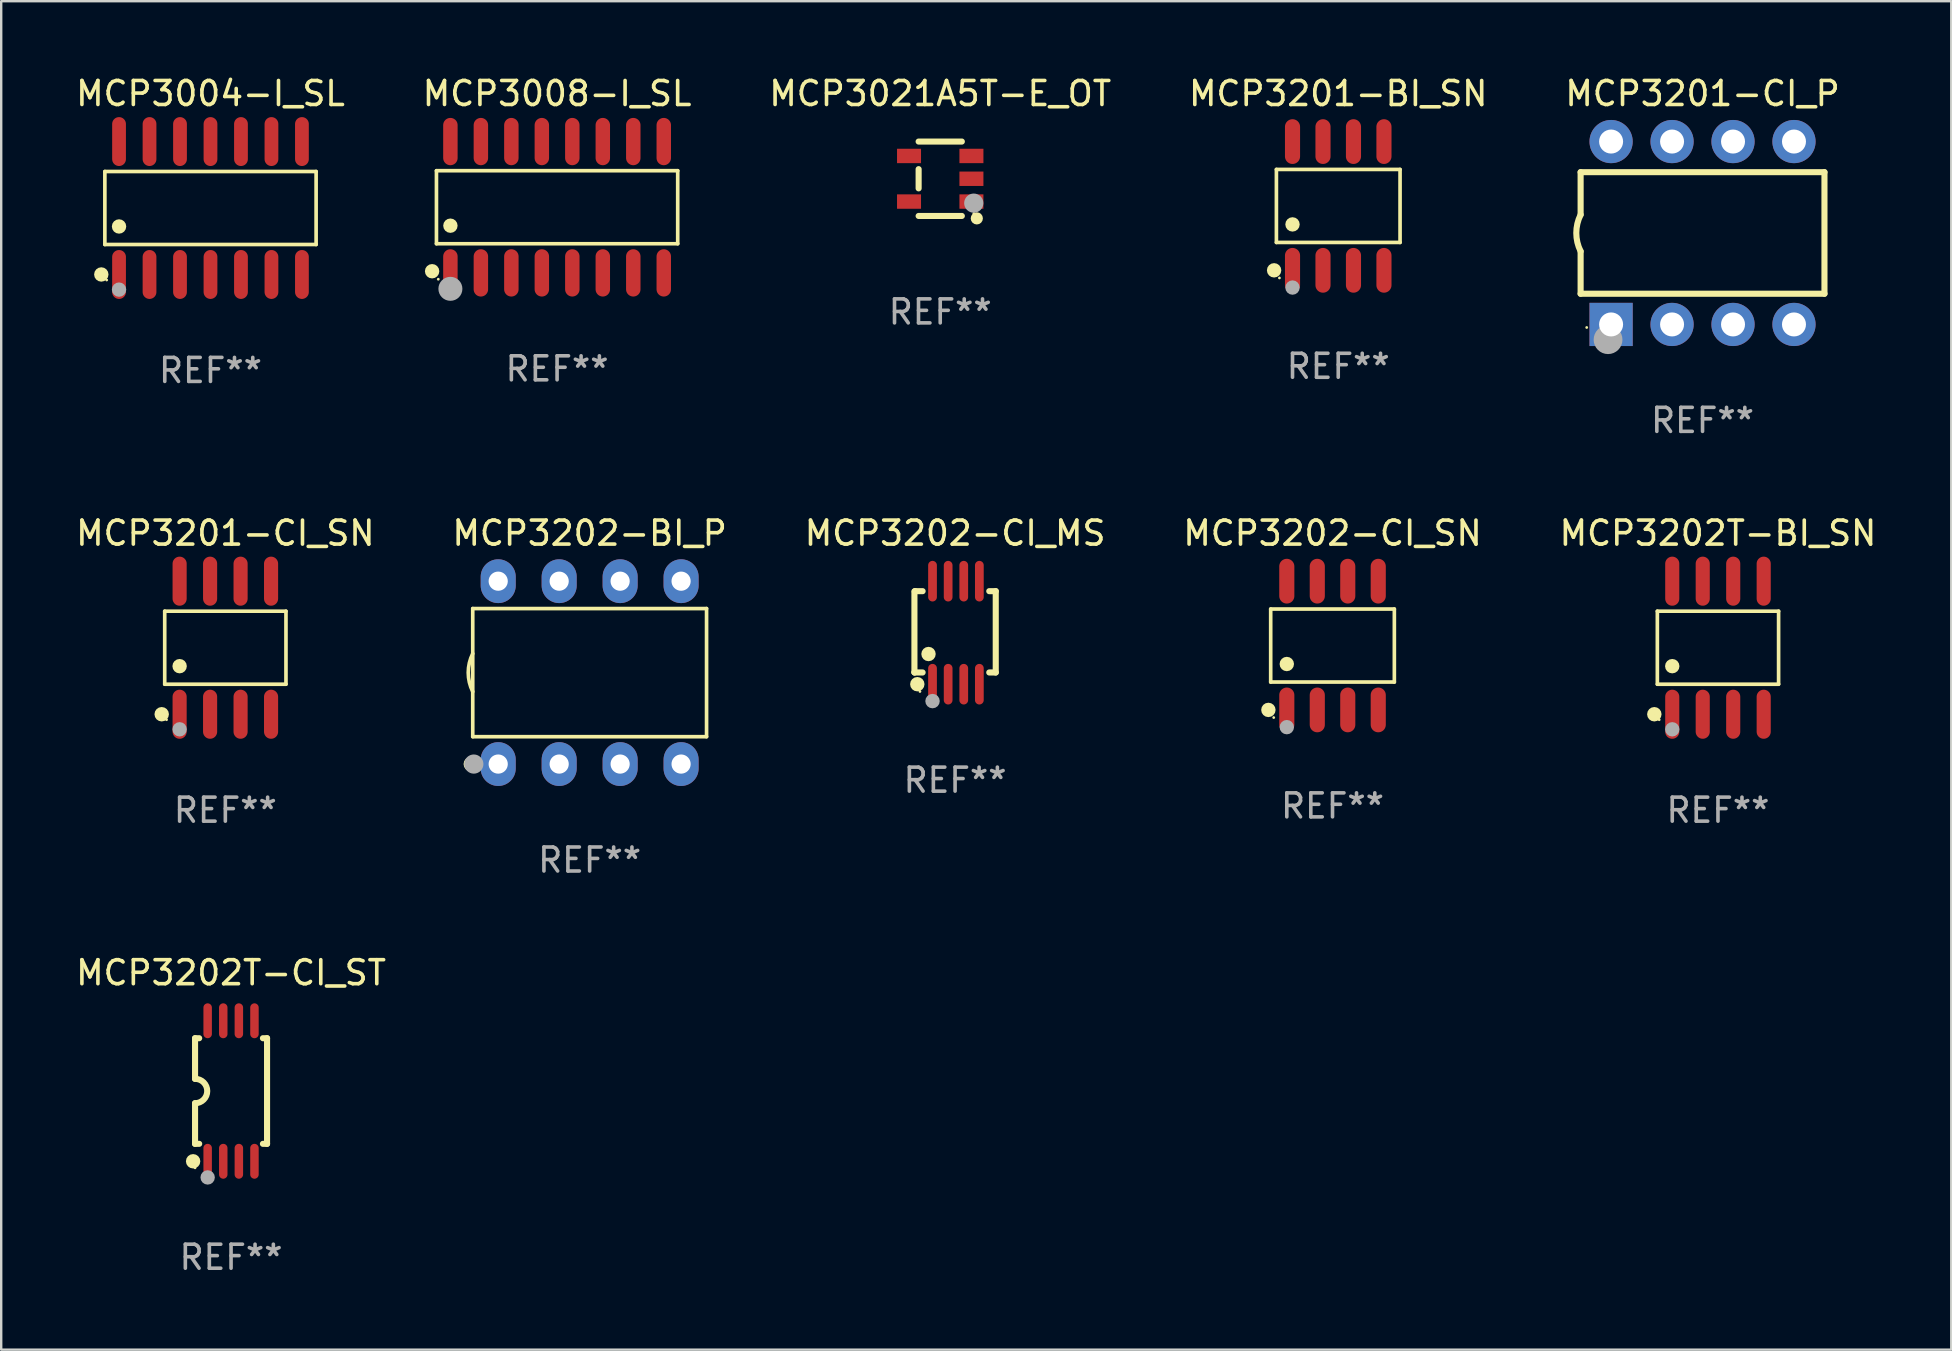
<source format=kicad_pcb>
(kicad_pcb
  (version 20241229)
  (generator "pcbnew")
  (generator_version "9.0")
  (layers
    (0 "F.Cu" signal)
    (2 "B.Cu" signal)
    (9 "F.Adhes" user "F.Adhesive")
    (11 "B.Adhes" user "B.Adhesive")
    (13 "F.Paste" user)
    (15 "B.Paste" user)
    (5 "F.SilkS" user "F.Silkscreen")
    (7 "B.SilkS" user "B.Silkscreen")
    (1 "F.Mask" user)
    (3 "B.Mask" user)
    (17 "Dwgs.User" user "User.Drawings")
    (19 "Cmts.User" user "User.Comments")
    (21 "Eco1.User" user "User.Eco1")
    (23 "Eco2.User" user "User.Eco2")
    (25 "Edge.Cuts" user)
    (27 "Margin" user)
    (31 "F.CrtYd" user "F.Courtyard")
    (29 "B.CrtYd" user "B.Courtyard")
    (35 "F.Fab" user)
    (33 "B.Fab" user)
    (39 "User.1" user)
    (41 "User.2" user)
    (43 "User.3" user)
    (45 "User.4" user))
  (footprint "MCP3008-I_SL"
    (layer "F.Cu")
    (at 20.161 5.584)
    (property "Reference" "MCP3008-I_SL" (at 0 -4.736 0) (layer "F.SilkS") (effects (font (size 1 1) (thickness 0.15))))
    (attr through_hole)
    (fp_line (start -5.026 -1.521) (end 5.026 -1.521) (stroke (width 0.152) (type solid)) (layer "F.SilkS"))
    (fp_line (start -5.026 1.521) (end -5.026 -1.521) (stroke (width 0.152) (type solid)) (layer "F.SilkS"))
    (fp_line (start 5.026 -1.521) (end 5.026 1.521) (stroke (width 0.152) (type solid)) (layer "F.SilkS"))
    (fp_line (start 5.026 1.521) (end -5.026 1.521) (stroke (width 0.152) (type solid)) (layer "F.SilkS"))
    (fp_circle (center -5.207 2.667) (end -5.057 2.667) (stroke (width 0.3) (type solid)) (fill no) (layer "F.SilkS"))
    (fp_circle (center -4.95 3) (end -4.92 3) (stroke (width 0.06) (type solid)) (fill no) (layer "F.SilkS"))
    (fp_circle (center -4.445 0.769) (end -4.295 0.769) (stroke (width 0.3) (type solid)) (fill no) (layer "F.SilkS"))
    (fp_circle (center -4.445 3.4) (end -4.195 3.4) (stroke (width 0.5) (type solid)) (fill no) (layer "F.Fab"))
    (fp_text user "REF**" (at 0 6.736 0) (layer "F.Fab") (effects (font (size 1 1) (thickness 0.15))))
    (pad "1" smd oval (at -4.445 2.736) (size 0.602 1.971) (layers "F.Cu" "F.Mask" "F.Paste"))
    (pad "2" smd oval (at -3.175 2.736) (size 0.602 1.971) (layers "F.Cu" "F.Mask" "F.Paste"))
    (pad "3" smd oval (at -1.905 2.736) (size 0.602 1.971) (layers "F.Cu" "F.Mask" "F.Paste"))
    (pad "4" smd oval (at -0.635 2.736) (size 0.602 1.971) (layers "F.Cu" "F.Mask" "F.Paste"))
    (pad "5" smd oval (at 0.635 2.736) (size 0.602 1.971) (layers "F.Cu" "F.Mask" "F.Paste"))
    (pad "6" smd oval (at 1.905 2.736) (size 0.602 1.971) (layers "F.Cu" "F.Mask" "F.Paste"))
    (pad "7" smd oval (at 3.175 2.736) (size 0.602 1.971) (layers "F.Cu" "F.Mask" "F.Paste"))
    (pad "8" smd oval (at 4.445 2.736) (size 0.602 1.971) (layers "F.Cu" "F.Mask" "F.Paste"))
    (pad "9" smd oval (at 4.445 -2.736) (size 0.602 1.971) (layers "F.Cu" "F.Mask" "F.Paste"))
    (pad "10" smd oval (at 3.175 -2.736) (size 0.602 1.971) (layers "F.Cu" "F.Mask" "F.Paste"))
    (pad "11" smd oval (at 1.905 -2.736) (size 0.602 1.971) (layers "F.Cu" "F.Mask" "F.Paste"))
    (pad "12" smd oval (at 0.635 -2.736) (size 0.602 1.971) (layers "F.Cu" "F.Mask" "F.Paste"))
    (pad "13" smd oval (at -0.635 -2.736) (size 0.602 1.971) (layers "F.Cu" "F.Mask" "F.Paste"))
    (pad "14" smd oval (at -1.905 -2.736) (size 0.602 1.971) (layers "F.Cu" "F.Mask" "F.Paste"))
    (pad "15" smd oval (at -3.175 -2.736) (size 0.602 1.971) (layers "F.Cu" "F.Mask" "F.Paste"))
    (pad "16" smd oval (at -4.445 -2.736) (size 0.602 1.971) (layers "F.Cu" "F.Mask" "F.Paste")))
  (footprint "MCP3201-CI_P"
    (layer "F.Cu")
    (at 67.887 6.658)
    (property "Reference" "MCP3201-CI_P" (at 0 -5.81 0) (layer "F.SilkS") (effects (font (size 1 1) (thickness 0.15))))
    (attr through_hole)
    (fp_line (start -5.08 -2.534) (end 5.08 -2.534) (stroke (width 0.254) (type solid)) (layer "F.SilkS"))
    (fp_line (start -5.08 -0.762) (end -5.08 -2.534) (stroke (width 0.254) (type solid)) (layer "F.SilkS"))
    (fp_line (start -5.08 2.531) (end -5.08 0.762) (stroke (width 0.254) (type solid)) (layer "F.SilkS"))
    (fp_line (start -5.08 2.531) (end 5.08 2.531) (stroke (width 0.254) (type solid)) (layer "F.SilkS"))
    (fp_line (start 5.08 2.531) (end 5.08 -2.534) (stroke (width 0.254) (type solid)) (layer "F.SilkS"))
    (fp_arc (start -5.08001 0.762001) (mid -5.259894 0) (end -5.08001 -0.762002) (stroke (width 0.254001) (type solid)) (layer "F.SilkS"))
    (fp_circle (center -4.826 3.937) (end -4.796 3.937) (stroke (width 0.06) (type solid)) (fill no) (layer "F.SilkS"))
    (fp_circle (center -3.937 4.445) (end -3.637 4.445) (stroke (width 0.6) (type solid)) (fill no) (layer "F.Fab"))
    (fp_text user "REF**" (at 0 7.81 0) (layer "F.Fab") (effects (font (size 1 1) (thickness 0.15))))
    (pad "1" thru_hole rect (at -3.81 3.81) (size 1.8 1.8) (drill 1) (layers "*.Cu" "*.Mask"))
    (pad "2" thru_hole circle (at -1.27 3.81) (size 1.8 1.8) (drill 1) (layers "*.Cu" "*.Mask"))
    (pad "3" thru_hole circle (at 1.27 3.81) (size 1.8 1.8) (drill 1) (layers "*.Cu" "*.Mask"))
    (pad "4" thru_hole circle (at 3.81 3.81) (size 1.8 1.8) (drill 1) (layers "*.Cu" "*.Mask"))
    (pad "5" thru_hole circle (at 3.81 -3.81) (size 1.8 1.8) (drill 1) (layers "*.Cu" "*.Mask"))
    (pad "6" thru_hole circle (at 1.27 -3.81) (size 1.8 1.8) (drill 1) (layers "*.Cu" "*.Mask"))
    (pad "7" thru_hole circle (at -1.27 -3.81) (size 1.8 1.8) (drill 1) (layers "*.Cu" "*.Mask"))
    (pad "8" thru_hole circle (at -3.81 -3.81) (size 1.8 1.8) (drill 1) (layers "*.Cu" "*.Mask")))
  (footprint "MCP3202-CI_MS"
    (layer "F.Cu")
    (at 36.744 23.311)
    (property "Reference" "MCP3202-CI_MS" (at 0 -4.146 0) (layer "F.SilkS") (effects (font (size 1 1) (thickness 0.15))))
    (attr through_hole)
    (fp_line (start -1.694 -1.724) (end -1.694 1.652) (stroke (width 0.254) (type solid)) (layer "F.SilkS"))
    (fp_line (start -1.694 1.652) (end -1.688 1.658) (stroke (width 0.254) (type solid)) (layer "F.SilkS"))
    (fp_line (start -1.688 1.658) (end -1.353 1.658) (stroke (width 0.254) (type solid)) (layer "F.SilkS"))
    (fp_line (start -1.661 -1.73) (end -1.681 -1.71) (stroke (width 0.254) (type solid)) (layer "F.SilkS"))
    (fp_line (start -1.353 -1.73) (end -1.661 -1.73) (stroke (width 0.254) (type solid)) (layer "F.SilkS"))
    (fp_line (start 1.424 1.658) (end 1.694 1.658) (stroke (width 0.254) (type solid)) (layer "F.SilkS"))
    (fp_line (start 1.694 -1.73) (end 1.424 -1.73) (stroke (width 0.254) (type solid)) (layer "F.SilkS"))
    (fp_line (start 1.694 1.658) (end 1.694 -1.73) (stroke (width 0.254) (type solid)) (layer "F.SilkS"))
    (fp_circle (center -1.574 2.146) (end -1.424 2.146) (stroke (width 0.3) (type solid)) (fill no) (layer "F.SilkS"))
    (fp_circle (center -1.464 2.45) (end -1.434 2.45) (stroke (width 0.06) (type solid)) (fill no) (layer "F.SilkS"))
    (fp_circle (center -1.107 0.889) (end -0.957 0.889) (stroke (width 0.3) (type solid)) (fill no) (layer "F.SilkS"))
    (fp_circle (center -0.94 2.85) (end -0.789 2.85) (stroke (width 0.3) (type solid)) (fill no) (layer "F.Fab"))
    (fp_text user "REF**" (at 0 6.146 0) (layer "F.Fab") (effects (font (size 1 1) (thickness 0.15))))
    (pad "1" smd oval (at -0.94 2.146) (size 0.364 1.692) (layers "F.Cu" "F.Mask" "F.Paste"))
    (pad "2" smd oval (at -0.289 2.146) (size 0.364 1.692) (layers "F.Cu" "F.Mask" "F.Paste"))
    (pad "3" smd oval (at 0.361 2.146) (size 0.364 1.692) (layers "F.Cu" "F.Mask" "F.Paste"))
    (pad "4" smd oval (at 1.011 2.146) (size 0.364 1.692) (layers "F.Cu" "F.Mask" "F.Paste"))
    (pad "5" smd oval (at 1.011 -2.146) (size 0.364 1.692) (layers "F.Cu" "F.Mask" "F.Paste"))
    (pad "6" smd oval (at 0.361 -2.146) (size 0.364 1.692) (layers "F.Cu" "F.Mask" "F.Paste"))
    (pad "7" smd oval (at -0.289 -2.146) (size 0.364 1.692) (layers "F.Cu" "F.Mask" "F.Paste"))
    (pad "8" smd oval (at -0.94 -2.146) (size 0.364 1.692) (layers "F.Cu" "F.Mask" "F.Paste")))
  (footprint "MCP3202-CI_SN"
    (layer "F.Cu")
    (at 52.47 23.847)
    (property "Reference" "MCP3202-CI_SN" (at 0 -4.682 0) (layer "F.SilkS") (effects (font (size 1 1) (thickness 0.15))))
    (attr through_hole)
    (fp_line (start -2.576 -1.521) (end 2.576 -1.521) (stroke (width 0.152) (type solid)) (layer "F.SilkS"))
    (fp_line (start -2.576 1.521) (end -2.576 -1.521) (stroke (width 0.152) (type solid)) (layer "F.SilkS"))
    (fp_line (start 2.576 -1.521) (end 2.576 1.521) (stroke (width 0.152) (type solid)) (layer "F.SilkS"))
    (fp_line (start 2.576 1.521) (end -2.576 1.521) (stroke (width 0.152) (type solid)) (layer "F.SilkS"))
    (fp_circle (center -2.672 2.682) (end -2.522 2.682) (stroke (width 0.3) (type solid)) (fill no) (layer "F.SilkS"))
    (fp_circle (center -2.45 3) (end -2.42 3) (stroke (width 0.06) (type solid)) (fill no) (layer "F.SilkS"))
    (fp_circle (center -1.905 0.769) (end -1.755 0.769) (stroke (width 0.3) (type solid)) (fill no) (layer "F.SilkS"))
    (fp_circle (center -1.905 3.4) (end -1.755 3.4) (stroke (width 0.3) (type solid)) (fill no) (layer "F.Fab"))
    (fp_text user "REF**" (at 0 6.682 0) (layer "F.Fab") (effects (font (size 1 1) (thickness 0.15))))
    (pad "1" smd oval (at -1.905 2.682) (size 0.63 1.865) (layers "F.Cu" "F.Mask" "F.Paste"))
    (pad "2" smd oval (at -0.635 2.682) (size 0.63 1.865) (layers "F.Cu" "F.Mask" "F.Paste"))
    (pad "3" smd oval (at 0.635 2.682) (size 0.63 1.865) (layers "F.Cu" "F.Mask" "F.Paste"))
    (pad "4" smd oval (at 1.905 2.682) (size 0.63 1.865) (layers "F.Cu" "F.Mask" "F.Paste"))
    (pad "5" smd oval (at 1.905 -2.682) (size 0.63 1.865) (layers "F.Cu" "F.Mask" "F.Paste"))
    (pad "6" smd oval (at 0.635 -2.682) (size 0.63 1.865) (layers "F.Cu" "F.Mask" "F.Paste"))
    (pad "7" smd oval (at -0.635 -2.682) (size 0.63 1.865) (layers "F.Cu" "F.Mask" "F.Paste"))
    (pad "8" smd oval (at -1.905 -2.682) (size 0.63 1.865) (layers "F.Cu" "F.Mask" "F.Paste")))
  (footprint "MCP3202T-CI_ST"
    (layer "F.Cu")
    (at 6.577 42.408)
    (property "Reference" "MCP3202T-CI_ST" (at 0 -4.927 0) (layer "F.SilkS") (effects (font (size 1 1) (thickness 0.15))))
    (attr through_hole)
    (fp_line (start -1.5 -2.2) (end -1.5 -0.508) (stroke (width 0.254) (type solid)) (layer "F.SilkS"))
    (fp_line (start -1.5 -2.2) (end -1.328 -2.2) (stroke (width 0.254) (type solid)) (layer "F.SilkS"))
    (fp_line (start -1.5 2.2) (end -1.5 0.508) (stroke (width 0.254) (type solid)) (layer "F.SilkS"))
    (fp_line (start -1.5 2.2) (end -1.328 2.2) (stroke (width 0.254) (type solid)) (layer "F.SilkS"))
    (fp_line (start 1.328 -2.2) (end 1.5 -2.2) (stroke (width 0.254) (type solid)) (layer "F.SilkS"))
    (fp_line (start 1.328 2.2) (end 1.5 2.2) (stroke (width 0.254) (type solid)) (layer "F.SilkS"))
    (fp_line (start 1.5 -2.2) (end 1.5 2.2) (stroke (width 0.254) (type solid)) (layer "F.SilkS"))
    (fp_arc (start -1.501144 -0.508) (mid -0.993143 -0.000571) (end -1.5 0.508001) (stroke (width 0.254001) (type solid)) (layer "F.SilkS"))
    (fp_circle (center -1.581 2.927) (end -1.431 2.927) (stroke (width 0.3) (type solid)) (fill no) (layer "F.SilkS"))
    (fp_circle (center -1.5 3.2) (end -1.47 3.2) (stroke (width 0.06) (type solid)) (fill no) (layer "F.SilkS"))
    (fp_circle (center -0.975 3.6) (end -0.825 3.6) (stroke (width 0.3) (type solid)) (fill no) (layer "F.Fab"))
    (fp_text user "REF**" (at 0 6.927 0) (layer "F.Fab") (effects (font (size 1 1) (thickness 0.15))))
    (pad "1" smd oval (at -0.975 2.927) (size 0.353 1.454) (layers "F.Cu" "F.Mask" "F.Paste"))
    (pad "2" smd oval (at -0.325 2.927) (size 0.353 1.454) (layers "F.Cu" "F.Mask" "F.Paste"))
    (pad "3" smd oval (at 0.325 2.927) (size 0.353 1.454) (layers "F.Cu" "F.Mask" "F.Paste"))
    (pad "4" smd oval (at 0.975 2.927) (size 0.353 1.454) (layers "F.Cu" "F.Mask" "F.Paste"))
    (pad "5" smd oval (at 0.975 -2.927) (size 0.353 1.454) (layers "F.Cu" "F.Mask" "F.Paste"))
    (pad "6" smd oval (at 0.325 -2.927) (size 0.353 1.454) (layers "F.Cu" "F.Mask" "F.Paste"))
    (pad "7" smd oval (at -0.325 -2.927) (size 0.353 1.454) (layers "F.Cu" "F.Mask" "F.Paste"))
    (pad "8" smd oval (at -0.975 -2.927) (size 0.353 1.454) (layers "F.Cu" "F.Mask" "F.Paste")))
  (footprint "MCP3021A5T-E_OT"
    (layer "F.Cu")
    (at 36.125 4.398)
    (property "Reference" "MCP3021A5T-E_OT" (at 0 -3.55 0) (layer "F.SilkS") (effects (font (size 1 1) (thickness 0.15))))
    (attr through_hole)
    (fp_line (start -0.9 -1.55) (end 0.9 -1.55) (stroke (width 0.254) (type solid)) (layer "F.SilkS"))
    (fp_line (start -0.9 0.4) (end -0.9 -0.4) (stroke (width 0.254) (type solid)) (layer "F.SilkS"))
    (fp_line (start -0.9 1.55) (end 0.9 1.55) (stroke (width 0.254) (type solid)) (layer "F.SilkS"))
    (fp_circle (center 1.4 1.45) (end 1.43 1.45) (stroke (width 0.06) (type solid)) (fill no) (layer "F.SilkS"))
    (fp_circle (center 1.524 1.651) (end 1.651 1.651) (stroke (width 0.254) (type solid)) (fill no) (layer "F.SilkS"))
    (fp_circle (center 1.397 1.016) (end 1.597 1.016) (stroke (width 0.4) (type solid)) (fill no) (layer "F.Fab"))
    (fp_text user "REF**" (at 0 5.55 0) (layer "F.Fab") (effects (font (size 1 1) (thickness 0.15))))
    (pad "1" smd rect (at 1.3 0.95) (size 1 0.6) (layers "F.Cu" "F.Mask" "F.Paste"))
    (pad "2" smd rect (at 1.3 -0.000051) (size 1 0.6) (layers "F.Cu" "F.Mask" "F.Paste"))
    (pad "3" smd rect (at 1.3 -0.95) (size 1 0.6) (layers "F.Cu" "F.Mask" "F.Paste"))
    (pad "4" smd rect (at -1.3 -0.95) (size 1 0.6) (layers "F.Cu" "F.Mask" "F.Paste"))
    (pad "5" smd rect (at -1.3 0.95) (size 1 0.6) (layers "F.Cu" "F.Mask" "F.Paste")))
  (footprint "MCP3202T-BI_SN"
    (layer "F.Cu")
    (at 68.53 23.937)
    (property "Reference" "MCP3202T-BI_SN" (at 0 -4.772 0) (layer "F.SilkS") (effects (font (size 1 1) (thickness 0.15))))
    (attr through_hole)
    (fp_line (start -2.526 -1.521) (end 2.526 -1.521) (stroke (width 0.152) (type solid)) (layer "F.SilkS"))
    (fp_line (start -2.526 1.521) (end -2.526 -1.521) (stroke (width 0.152) (type solid)) (layer "F.SilkS"))
    (fp_line (start 2.526 -1.521) (end 2.526 1.521) (stroke (width 0.152) (type solid)) (layer "F.SilkS"))
    (fp_line (start 2.526 1.521) (end -2.526 1.521) (stroke (width 0.152) (type solid)) (layer "F.SilkS"))
    (fp_circle (center -2.652 2.772) (end -2.501 2.772) (stroke (width 0.3) (type solid)) (fill no) (layer "F.SilkS"))
    (fp_circle (center -2.45 3) (end -2.42 3) (stroke (width 0.06) (type solid)) (fill no) (layer "F.SilkS"))
    (fp_circle (center -1.905 0.769) (end -1.755 0.769) (stroke (width 0.3) (type solid)) (fill no) (layer "F.SilkS"))
    (fp_circle (center -1.905 3.4) (end -1.755 3.4) (stroke (width 0.3) (type solid)) (fill no) (layer "F.Fab"))
    (fp_text user "REF**" (at 0 6.772 0) (layer "F.Fab") (effects (font (size 1 1) (thickness 0.15))))
    (pad "1" smd oval (at -1.905 2.772) (size 0.588 2.045) (layers "F.Cu" "F.Mask" "F.Paste"))
    (pad "2" smd oval (at -0.635 2.772) (size 0.588 2.045) (layers "F.Cu" "F.Mask" "F.Paste"))
    (pad "3" smd oval (at 0.635 2.772) (size 0.588 2.045) (layers "F.Cu" "F.Mask" "F.Paste"))
    (pad "4" smd oval (at 1.905 2.772) (size 0.588 2.045) (layers "F.Cu" "F.Mask" "F.Paste"))
    (pad "5" smd oval (at 1.905 -2.772) (size 0.588 2.045) (layers "F.Cu" "F.Mask" "F.Paste"))
    (pad "6" smd oval (at 0.635 -2.772) (size 0.588 2.045) (layers "F.Cu" "F.Mask" "F.Paste"))
    (pad "7" smd oval (at -0.635 -2.772) (size 0.588 2.045) (layers "F.Cu" "F.Mask" "F.Paste"))
    (pad "8" smd oval (at -1.905 -2.772) (size 0.588 2.045) (layers "F.Cu" "F.Mask" "F.Paste")))
  (footprint "MCP3004-I_SL"
    (layer "F.Cu")
    (at 5.72 5.617)
    (property "Reference" "MCP3004-I_SL" (at 0 -4.769 0) (layer "F.SilkS") (effects (font (size 1 1) (thickness 0.15))))
    (attr through_hole)
    (fp_line (start -4.401 -1.521) (end 4.401 -1.521) (stroke (width 0.152) (type solid)) (layer "F.SilkS"))
    (fp_line (start -4.401 1.521) (end -4.401 -1.521) (stroke (width 0.152) (type solid)) (layer "F.SilkS"))
    (fp_line (start 4.401 -1.521) (end 4.401 1.521) (stroke (width 0.152) (type solid)) (layer "F.SilkS"))
    (fp_line (start 4.401 1.521) (end -4.401 1.521) (stroke (width 0.152) (type solid)) (layer "F.SilkS"))
    (fp_circle (center -4.549 2.769) (end -4.399 2.769) (stroke (width 0.3) (type solid)) (fill no) (layer "F.SilkS"))
    (fp_circle (center -4.325 3) (end -4.295 3) (stroke (width 0.06) (type solid)) (fill no) (layer "F.SilkS"))
    (fp_circle (center -3.81 0.769) (end -3.66 0.769) (stroke (width 0.3) (type solid)) (fill no) (layer "F.SilkS"))
    (fp_circle (center -3.81 3.4) (end -3.66 3.4) (stroke (width 0.3) (type solid)) (fill no) (layer "F.Fab"))
    (fp_text user "REF**" (at 0 6.769 0) (layer "F.Fab") (effects (font (size 1 1) (thickness 0.15))))
    (pad "1" smd oval (at -3.81 2.769) (size 0.574 2.038) (layers "F.Cu" "F.Mask" "F.Paste"))
    (pad "2" smd oval (at -2.54 2.769) (size 0.574 2.038) (layers "F.Cu" "F.Mask" "F.Paste"))
    (pad "3" smd oval (at -1.27 2.769) (size 0.574 2.038) (layers "F.Cu" "F.Mask" "F.Paste"))
    (pad "4" smd oval (at 0 2.769) (size 0.574 2.038) (layers "F.Cu" "F.Mask" "F.Paste"))
    (pad "5" smd oval (at 1.27 2.769) (size 0.574 2.038) (layers "F.Cu" "F.Mask" "F.Paste"))
    (pad "6" smd oval (at 2.54 2.769) (size 0.574 2.038) (layers "F.Cu" "F.Mask" "F.Paste"))
    (pad "7" smd oval (at 3.81 2.769) (size 0.574 2.038) (layers "F.Cu" "F.Mask" "F.Paste"))
    (pad "8" smd oval (at 3.81 -2.769) (size 0.574 2.038) (layers "F.Cu" "F.Mask" "F.Paste"))
    (pad "9" smd oval (at 2.54 -2.769) (size 0.574 2.038) (layers "F.Cu" "F.Mask" "F.Paste"))
    (pad "10" smd oval (at 1.27 -2.769) (size 0.574 2.038) (layers "F.Cu" "F.Mask" "F.Paste"))
    (pad "11" smd oval (at 0 -2.769) (size 0.574 2.038) (layers "F.Cu" "F.Mask" "F.Paste"))
    (pad "12" smd oval (at -1.27 -2.769) (size 0.574 2.038) (layers "F.Cu" "F.Mask" "F.Paste"))
    (pad "13" smd oval (at -2.54 -2.769) (size 0.574 2.038) (layers "F.Cu" "F.Mask" "F.Paste"))
    (pad "14" smd oval (at -3.81 -2.769) (size 0.574 2.038) (layers "F.Cu" "F.Mask" "F.Paste")))
  (footprint "MCP3202-BI_P"
    (layer "F.Cu")
    (at 21.518 24.975)
    (property "Reference" "MCP3202-BI_P" (at 0 -5.81 0) (layer "F.SilkS") (effects (font (size 1 1) (thickness 0.15))))
    (attr through_hole)
    (fp_line (start -4.871 -2.669) (end 4.871 -2.669) (stroke (width 0.152) (type solid)) (layer "F.SilkS"))
    (fp_line (start -4.871 2.669) (end -4.871 -2.669) (stroke (width 0.152) (type solid)) (layer "F.SilkS"))
    (fp_line (start 4.871 -2.669) (end 4.871 2.669) (stroke (width 0.152) (type solid)) (layer "F.SilkS"))
    (fp_line (start 4.871 2.669) (end -4.871 2.669) (stroke (width 0.152) (type solid)) (layer "F.SilkS"))
    (fp_arc (start -4.871222 0.793751) (mid -5.058601 0) (end -4.871222 -0.793752) (stroke (width 0.1524) (type solid)) (layer "F.SilkS"))
    (fp_circle (center -4.953 3.81) (end -4.803 3.81) (stroke (width 0.3) (type solid)) (fill no) (layer "F.SilkS"))
    (fp_circle (center -4.795 3.935) (end -4.765 3.935) (stroke (width 0.06) (type solid)) (fill no) (layer "F.SilkS"))
    (fp_circle (center -4.826 3.81) (end -4.626 3.81) (stroke (width 0.4) (type solid)) (fill no) (layer "F.Fab"))
    (fp_text user "REF**" (at 0 7.81 0) (layer "F.Fab") (effects (font (size 1 1) (thickness 0.15))))
    (pad "1" thru_hole oval (at -3.81 3.81) (size 1.46 1.825) (drill 0.8) (layers "*.Cu" "*.Mask"))
    (pad "2" thru_hole oval (at -1.27 3.81) (size 1.46 1.825) (drill 0.8) (layers "*.Cu" "*.Mask"))
    (pad "3" thru_hole oval (at 1.27 3.81) (size 1.46 1.825) (drill 0.8) (layers "*.Cu" "*.Mask"))
    (pad "4" thru_hole oval (at 3.81 3.81) (size 1.46 1.825) (drill 0.8) (layers "*.Cu" "*.Mask"))
    (pad "5" thru_hole oval (at 3.81 -3.81) (size 1.46 1.825) (drill 0.8) (layers "*.Cu" "*.Mask"))
    (pad "6" thru_hole oval (at 1.27 -3.81) (size 1.46 1.825) (drill 0.8) (layers "*.Cu" "*.Mask"))
    (pad "7" thru_hole oval (at -1.27 -3.81) (size 1.46 1.825) (drill 0.8) (layers "*.Cu" "*.Mask"))
    (pad "8" thru_hole oval (at -3.81 -3.81) (size 1.46 1.825) (drill 0.8) (layers "*.Cu" "*.Mask")))
  (footprint "MCP3201-BI_SN"
    (layer "F.Cu")
    (at 52.708 5.531)
    (property "Reference" "MCP3201-BI_SN" (at 0 -4.682 0) (layer "F.SilkS") (effects (font (size 1 1) (thickness 0.15))))
    (attr through_hole)
    (fp_line (start -2.576 -1.521) (end 2.576 -1.521) (stroke (width 0.152) (type solid)) (layer "F.SilkS"))
    (fp_line (start -2.576 1.521) (end -2.576 -1.521) (stroke (width 0.152) (type solid)) (layer "F.SilkS"))
    (fp_line (start 2.576 -1.521) (end 2.576 1.521) (stroke (width 0.152) (type solid)) (layer "F.SilkS"))
    (fp_line (start 2.576 1.521) (end -2.576 1.521) (stroke (width 0.152) (type solid)) (layer "F.SilkS"))
    (fp_circle (center -2.672 2.682) (end -2.522 2.682) (stroke (width 0.3) (type solid)) (fill no) (layer "F.SilkS"))
    (fp_circle (center -2.45 3) (end -2.42 3) (stroke (width 0.06) (type solid)) (fill no) (layer "F.SilkS"))
    (fp_circle (center -1.905 0.769) (end -1.755 0.769) (stroke (width 0.3) (type solid)) (fill no) (layer "F.SilkS"))
    (fp_circle (center -1.905 3.4) (end -1.755 3.4) (stroke (width 0.3) (type solid)) (fill no) (layer "F.Fab"))
    (fp_text user "REF**" (at 0 6.682 0) (layer "F.Fab") (effects (font (size 1 1) (thickness 0.15))))
    (pad "1" smd oval (at -1.905 2.682) (size 0.63 1.865) (layers "F.Cu" "F.Mask" "F.Paste"))
    (pad "2" smd oval (at -0.635 2.682) (size 0.63 1.865) (layers "F.Cu" "F.Mask" "F.Paste"))
    (pad "3" smd oval (at 0.635 2.682) (size 0.63 1.865) (layers "F.Cu" "F.Mask" "F.Paste"))
    (pad "4" smd oval (at 1.905 2.682) (size 0.63 1.865) (layers "F.Cu" "F.Mask" "F.Paste"))
    (pad "5" smd oval (at 1.905 -2.682) (size 0.63 1.865) (layers "F.Cu" "F.Mask" "F.Paste"))
    (pad "6" smd oval (at 0.635 -2.682) (size 0.63 1.865) (layers "F.Cu" "F.Mask" "F.Paste"))
    (pad "7" smd oval (at -0.635 -2.682) (size 0.63 1.865) (layers "F.Cu" "F.Mask" "F.Paste"))
    (pad "8" smd oval (at -1.905 -2.682) (size 0.63 1.865) (layers "F.Cu" "F.Mask" "F.Paste")))
  (footprint "MCP3201-CI_SN"
    (layer "F.Cu")
    (at 6.339 23.937)
    (property "Reference" "MCP3201-CI_SN" (at 0 -4.772 0) (layer "F.SilkS") (effects (font (size 1 1) (thickness 0.15))))
    (attr through_hole)
    (fp_line (start -2.526 -1.521) (end 2.526 -1.521) (stroke (width 0.152) (type solid)) (layer "F.SilkS"))
    (fp_line (start -2.526 1.521) (end -2.526 -1.521) (stroke (width 0.152) (type solid)) (layer "F.SilkS"))
    (fp_line (start 2.526 -1.521) (end 2.526 1.521) (stroke (width 0.152) (type solid)) (layer "F.SilkS"))
    (fp_line (start 2.526 1.521) (end -2.526 1.521) (stroke (width 0.152) (type solid)) (layer "F.SilkS"))
    (fp_circle (center -2.652 2.772) (end -2.501 2.772) (stroke (width 0.3) (type solid)) (fill no) (layer "F.SilkS"))
    (fp_circle (center -2.45 3) (end -2.42 3) (stroke (width 0.06) (type solid)) (fill no) (layer "F.SilkS"))
    (fp_circle (center -1.905 0.769) (end -1.755 0.769) (stroke (width 0.3) (type solid)) (fill no) (layer "F.SilkS"))
    (fp_circle (center -1.905 3.4) (end -1.755 3.4) (stroke (width 0.3) (type solid)) (fill no) (layer "F.Fab"))
    (fp_text user "REF**" (at 0 6.772 0) (layer "F.Fab") (effects (font (size 1 1) (thickness 0.15))))
    (pad "1" smd oval (at -1.905 2.772) (size 0.588 2.045) (layers "F.Cu" "F.Mask" "F.Paste"))
    (pad "2" smd oval (at -0.635 2.772) (size 0.588 2.045) (layers "F.Cu" "F.Mask" "F.Paste"))
    (pad "3" smd oval (at 0.635 2.772) (size 0.588 2.045) (layers "F.Cu" "F.Mask" "F.Paste"))
    (pad "4" smd oval (at 1.905 2.772) (size 0.588 2.045) (layers "F.Cu" "F.Mask" "F.Paste"))
    (pad "5" smd oval (at 1.905 -2.772) (size 0.588 2.045) (layers "F.Cu" "F.Mask" "F.Paste"))
    (pad "6" smd oval (at 0.635 -2.772) (size 0.588 2.045) (layers "F.Cu" "F.Mask" "F.Paste"))
    (pad "7" smd oval (at -0.635 -2.772) (size 0.588 2.045) (layers "F.Cu" "F.Mask" "F.Paste"))
    (pad "8" smd oval (at -1.905 -2.772) (size 0.588 2.045) (layers "F.Cu" "F.Mask" "F.Paste")))
  (gr_rect
    (start -3 -3)
    (end 78.25 53.184)
    (stroke (width 0.1) (type default))
    (fill no)
    (layer "Edge.Cuts")))
</source>
